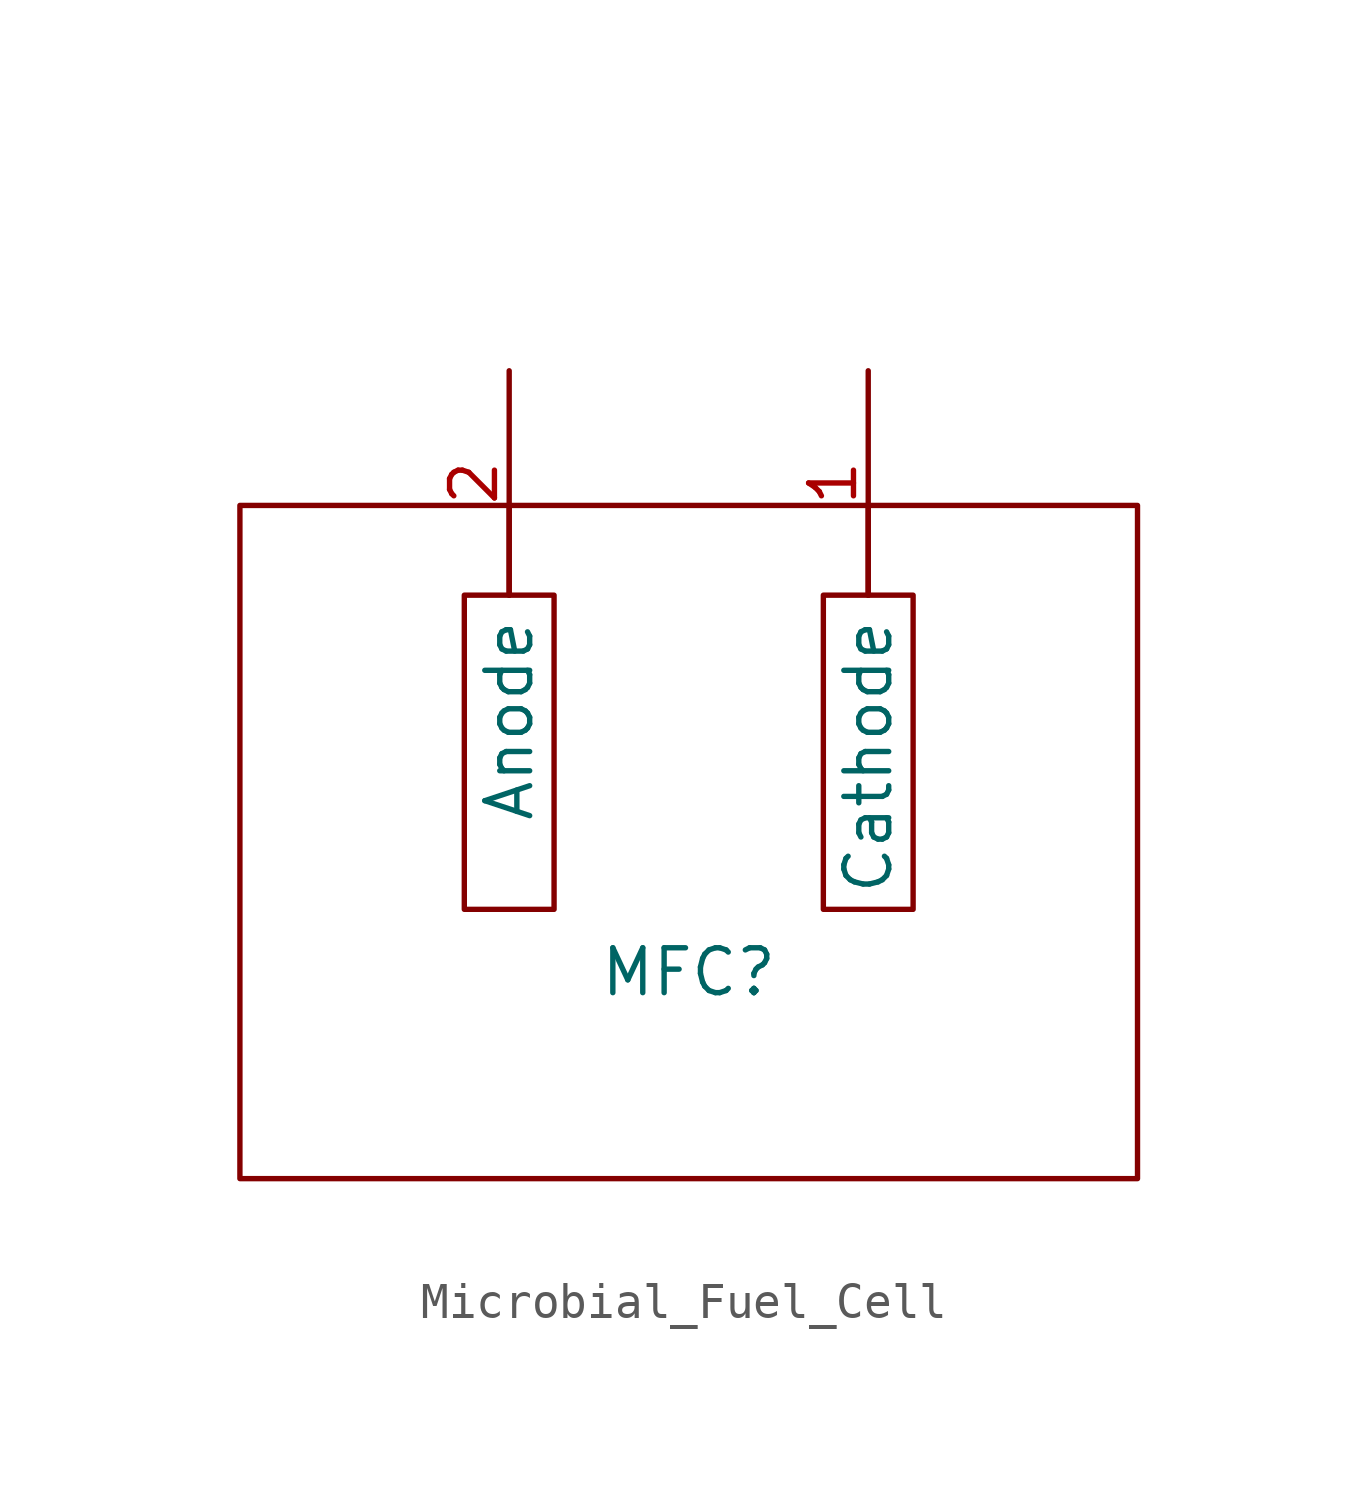
<source format=kicad_sym>
(kicad_symbol_lib
  (version 20231120)
  (generator "kicad_symbol_editor")
  (generator_version "8.0")
  (symbol "Microbial_Fuel_Cell"
    (pin_names
      (offset 0.635))
    (property "Reference" "MFC"
      (at 0 -6.858 0)
      (effects (font (size 1.27 1.27))))
    (property "Value" ""
      (at -12.7 13.716 0)
      (effects (font (size 1.27 1.27))))
    (symbol "Microbial_Fuel_Cell_0_1"
      (rectangle (start -12.7 6.35) (end 12.7 -12.7) (stroke (width 0) (type default)) (fill (type none)))
      (rectangle (start -6.35 3.81) (end -3.81 -5.08) (stroke (width 0) (type default)) (fill (type none)))
      (polyline (pts (xy -5.08 6.35) (xy -5.08 3.81)) (stroke (width 0) (type default)) (fill (type none)))
      (polyline (pts (xy 5.08 6.35) (xy 5.08 3.81)) (stroke (width 0) (type default)) (fill (type none)))
      (rectangle (start 3.81 3.81) (end 6.35 -5.08) (stroke (width 0) (type default)) (fill (type none))))
    (symbol "Microbial_Fuel_Cell_1_1"
      (pin power_out line (at 5.08 10.16 270) (length 6.35) (name "Cathode" (effects (font (size 1.27 1.27)))) (number "1" (effects (font (size 1.27 1.27)))))
      (pin passive line (at -5.08 10.16 270) (length 6.35) (name "Anode" (effects (font (size 1.27 1.27)))) (number "2" (effects (font (size 1.27 1.27))))))))
</source>
